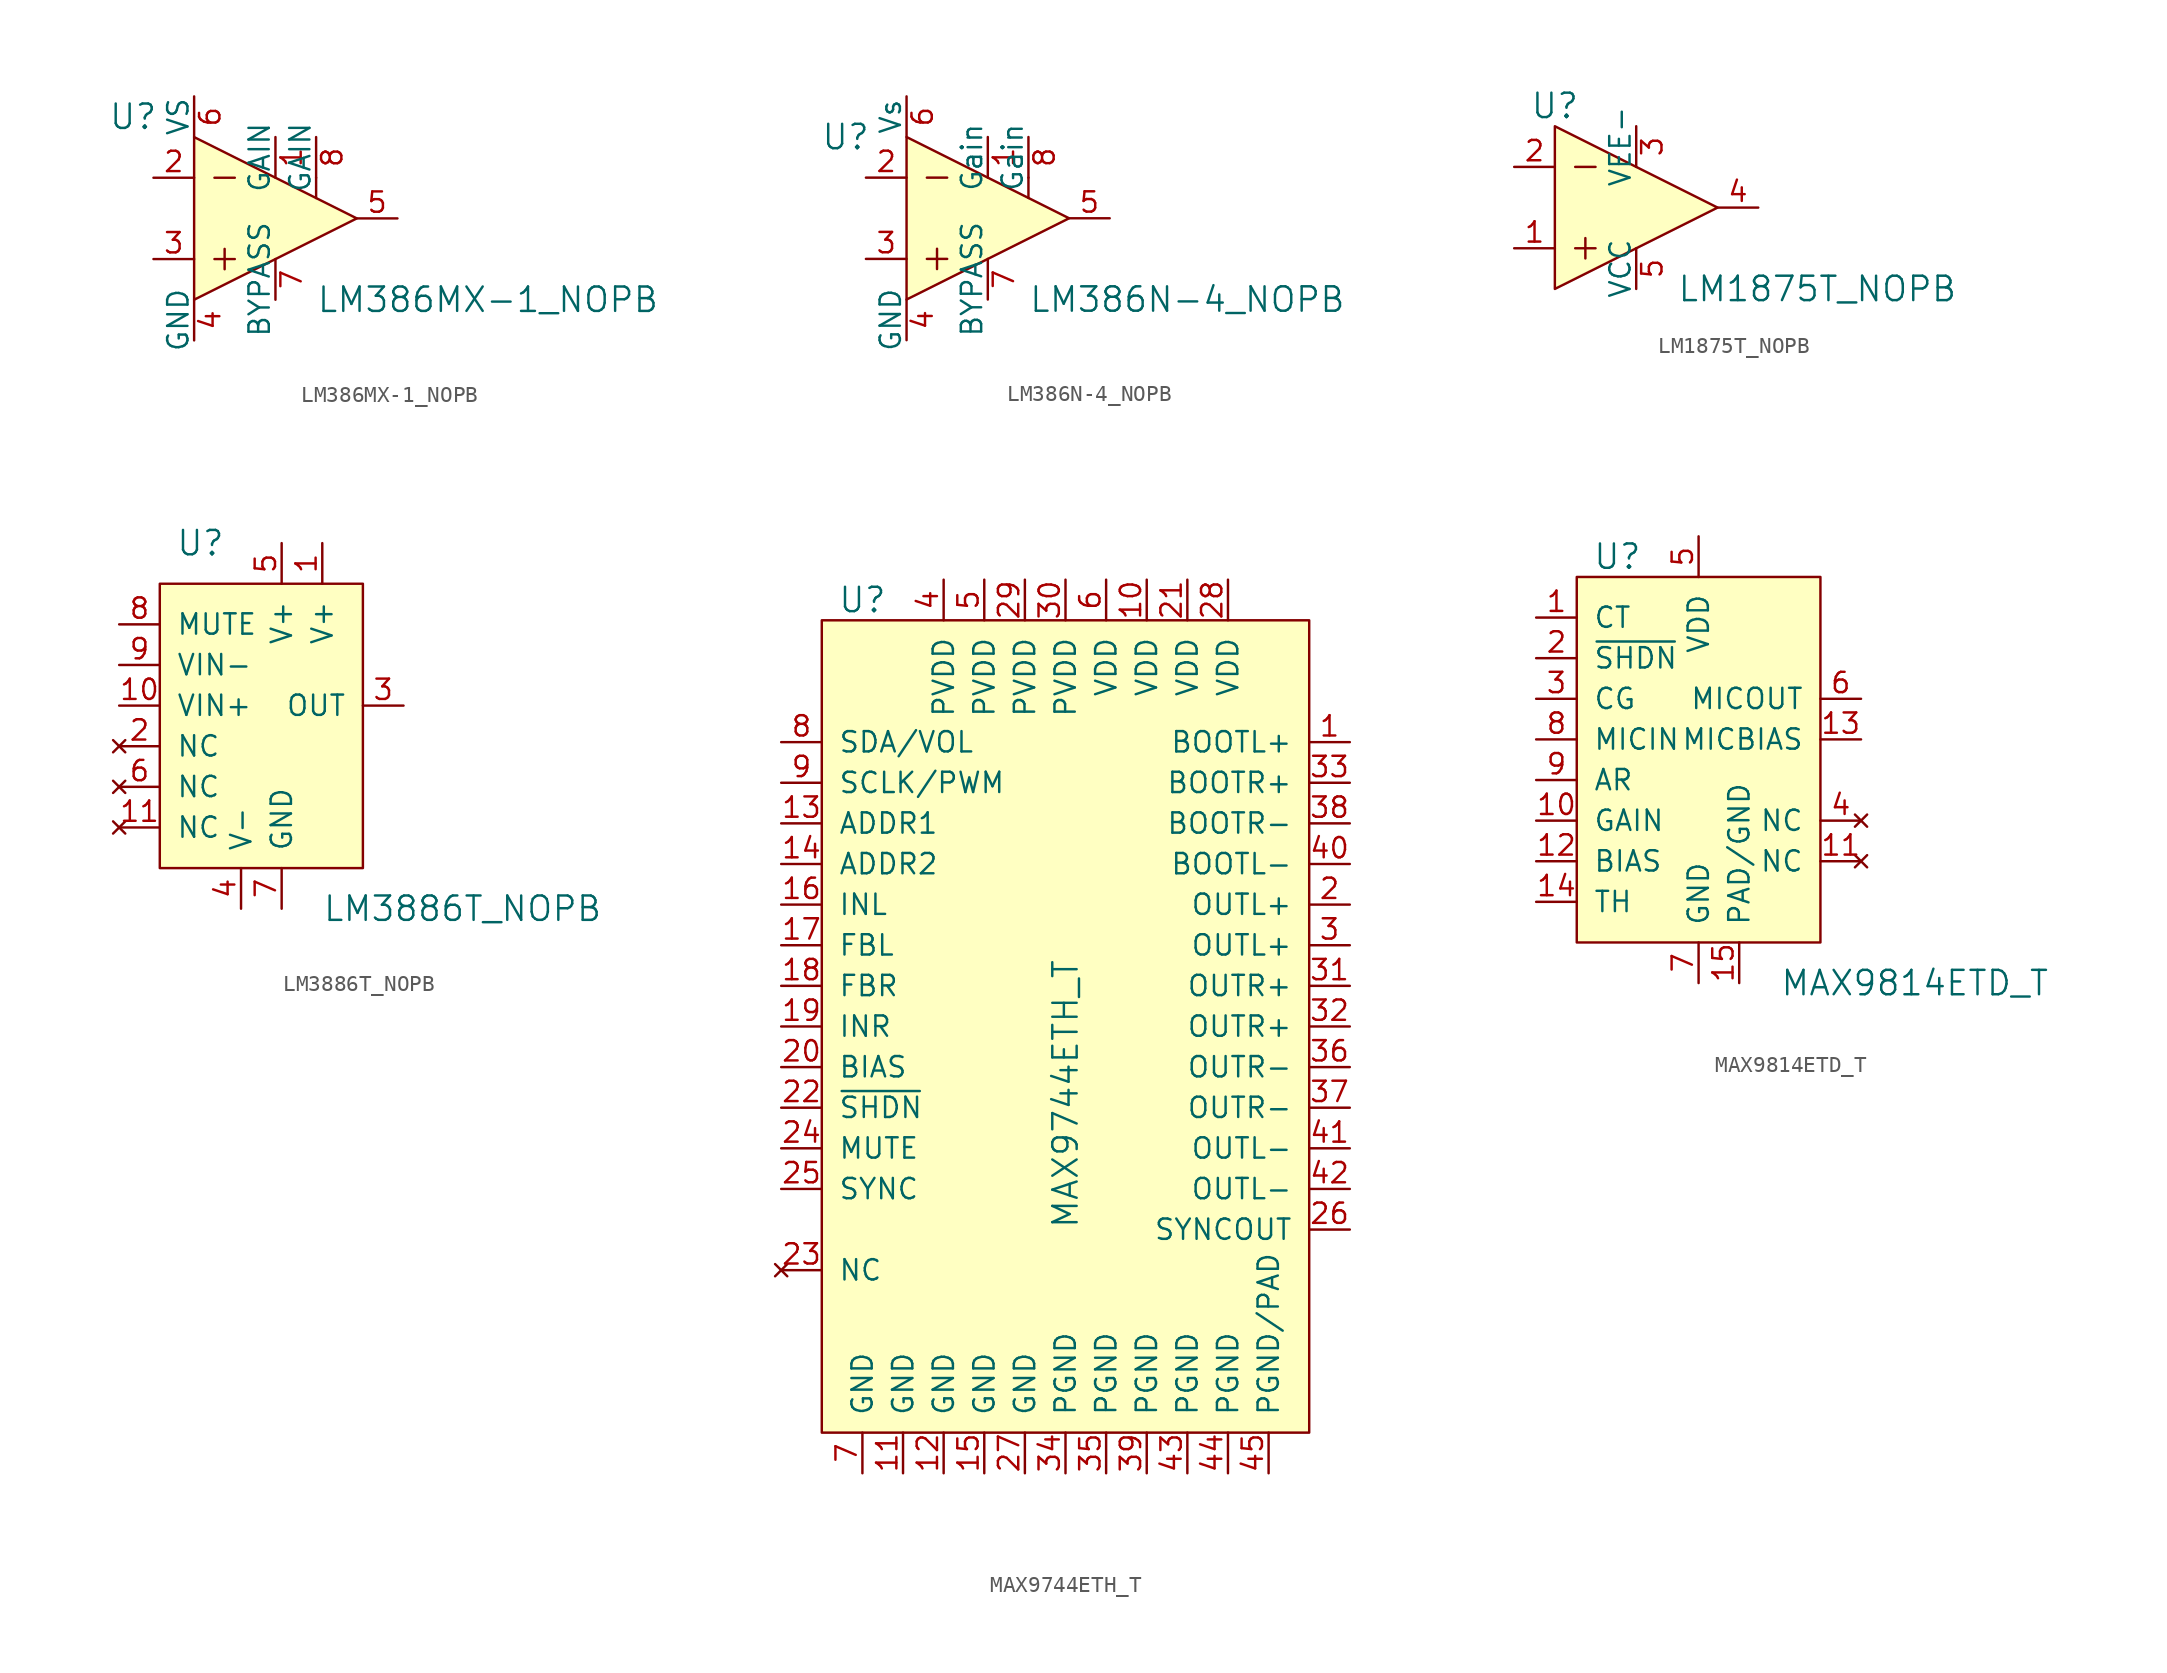
<source format=kicad_sym>
(kicad_symbol_lib
  (version 20231120)
  (generator "kicad_symbol_editor")
  (generator_version "8.0")
  (symbol "LM386MX-1_NOPB"
    (pin_names
      (offset 0))
    (property "Reference" "U"
      (at -8.89 6.35 0)
      (effects (font (size 1.524 1.524))))
    (property "Value" "LM386MX-1_NOPB"
      (at 2.54 -5.08 0)
      (effects (font (size 1.524 1.524)) (justify left)))
    (symbol "LM386MX-1_NOPB_0_1"
      (polyline (pts (xy -3.81 -2.54) (xy -2.54 -2.54)) (stroke (width 0) (type default)) (fill (type none)))
      (polyline (pts (xy -3.81 2.54) (xy -2.54 2.54)) (stroke (width 0) (type default)) (fill (type none)))
      (polyline (pts (xy -3.175 -1.905) (xy -3.175 -3.175)) (stroke (width 0) (type default)) (fill (type none)))
      (polyline (pts (xy 2.54 2.54) (xy 2.54 1.27)) (stroke (width 0) (type default)) (fill (type none)))
      (polyline (pts (xy -5.08 5.08) (xy -5.08 -5.08) (xy 5.08 0) (xy -5.08 5.08)) (stroke (width 0) (type default)) (fill (type background))))
    (symbol "LM386MX-1_NOPB_1_1"
      (pin passive line (at 0 5.08 270) (length 2.54) (name "GAIN" (effects (font (size 1.27 1.27)))) (number "1" (effects (font (size 1.27 1.27)))))
      (pin input line (at -7.62 2.54 0) (length 2.54) (name "~" (effects (font (size 1.27 1.27)))) (number "2" (effects (font (size 1.27 1.27)))))
      (pin input line (at -7.62 -2.54 0) (length 2.54) (name "~" (effects (font (size 1.27 1.27)))) (number "3" (effects (font (size 1.27 1.27)))))
      (pin power_in line (at -5.08 -7.62 90) (length 2.54) (name "GND" (effects (font (size 1.27 1.27)))) (number "4" (effects (font (size 1.27 1.27)))))
      (pin output line (at 7.62 0 180) (length 2.54) (name "~" (effects (font (size 1.27 1.27)))) (number "5" (effects (font (size 1.27 1.27)))))
      (pin power_in line (at -5.08 7.62 270) (length 2.54) (name "VS" (effects (font (size 1.27 1.27)))) (number "6" (effects (font (size 1.27 1.27)))))
      (pin output line (at 0 -5.08 90) (length 2.54) (name "BYPASS" (effects (font (size 1.27 1.27)))) (number "7" (effects (font (size 1.27 1.27)))))
      (pin passive line (at 2.54 5.08 270) (length 2.54) (name "GAIN" (effects (font (size 1.27 1.27)))) (number "8" (effects (font (size 1.27 1.27)))))))
  (symbol "LM386N-4_NOPB"
    (pin_names
      (offset 0))
    (property "Reference" "U"
      (at -8.89 5.08 0)
      (effects (font (size 1.524 1.524))))
    (property "Value" "LM386N-4_NOPB"
      (at 2.54 -5.08 0)
      (effects (font (size 1.524 1.524)) (justify left)))
    (symbol "LM386N-4_NOPB_0_1"
      (polyline (pts (xy -3.81 -2.54) (xy -2.54 -2.54)) (stroke (width 0) (type default)) (fill (type none)))
      (polyline (pts (xy -3.81 2.54) (xy -2.54 2.54)) (stroke (width 0) (type default)) (fill (type none)))
      (polyline (pts (xy -3.175 -1.905) (xy -3.175 -3.175)) (stroke (width 0) (type default)) (fill (type none)))
      (polyline (pts (xy 2.54 2.54) (xy 2.54 1.27)) (stroke (width 0) (type default)) (fill (type none)))
      (polyline (pts (xy -5.08 5.08) (xy -5.08 -5.08) (xy 5.08 0) (xy -5.08 5.08)) (stroke (width 0) (type default)) (fill (type background))))
    (symbol "LM386N-4_NOPB_1_1"
      (pin passive line (at 0 5.08 270) (length 2.54) (name "Gain" (effects (font (size 1.27 1.27)))) (number "1" (effects (font (size 1.27 1.27)))))
      (pin input line (at -7.62 2.54 0) (length 2.54) (name "~" (effects (font (size 1.27 1.27)))) (number "2" (effects (font (size 1.27 1.27)))))
      (pin input line (at -7.62 -2.54 0) (length 2.54) (name "~" (effects (font (size 1.27 1.27)))) (number "3" (effects (font (size 1.27 1.27)))))
      (pin power_in line (at -5.08 -7.62 90) (length 2.54) (name "GND" (effects (font (size 1.27 1.27)))) (number "4" (effects (font (size 1.27 1.27)))))
      (pin output line (at 7.62 0 180) (length 2.54) (name "~" (effects (font (size 1.27 1.27)))) (number "5" (effects (font (size 1.27 1.27)))))
      (pin power_in line (at -5.08 7.62 270) (length 2.54) (name "Vs" (effects (font (size 1.27 1.27)))) (number "6" (effects (font (size 1.27 1.27)))))
      (pin output line (at 0 -5.08 90) (length 2.54) (name "BYPASS" (effects (font (size 1.27 1.27)))) (number "7" (effects (font (size 1.27 1.27)))))
      (pin passive line (at 2.54 5.08 270) (length 2.54) (name "Gain" (effects (font (size 1.27 1.27)))) (number "8" (effects (font (size 1.27 1.27)))))))
  (symbol "LM1875T_NOPB"
    (pin_names
      (offset 0))
    (property "Reference" "U"
      (at -5.08 6.35 0)
      (effects (font (size 1.524 1.524))))
    (property "Value" "LM1875T_NOPB"
      (at 2.54 -5.08 0)
      (effects (font (size 1.524 1.524)) (justify left)))
    (symbol "LM1875T_NOPB_0_1"
      (polyline (pts (xy -3.81 -2.54) (xy -2.54 -2.54)) (stroke (width 0) (type default)) (fill (type none)))
      (polyline (pts (xy -3.81 2.54) (xy -2.54 2.54)) (stroke (width 0) (type default)) (fill (type none)))
      (polyline (pts (xy -3.175 -1.905) (xy -3.175 -3.175)) (stroke (width 0) (type default)) (fill (type none)))
      (polyline (pts (xy 5.08 0) (xy -5.08 5.08) (xy -5.08 -5.08) (xy 5.08 0)) (stroke (width 0) (type default)) (fill (type background))))
    (symbol "LM1875T_NOPB_1_1"
      (pin input line (at -7.62 -2.54 0) (length 2.54) (name "~" (effects (font (size 1.27 1.27)))) (number "1" (effects (font (size 1.27 1.27)))))
      (pin input line (at -7.62 2.54 0) (length 2.54) (name "~" (effects (font (size 1.27 1.27)))) (number "2" (effects (font (size 1.27 1.27)))))
      (pin power_in line (at 0 5.08 270) (length 2.54) (name "VEE-" (effects (font (size 1.27 1.27)))) (number "3" (effects (font (size 1.27 1.27)))))
      (pin output line (at 7.62 0 180) (length 2.54) (name "~" (effects (font (size 1.27 1.27)))) (number "4" (effects (font (size 1.27 1.27)))))
      (pin power_in line (at 0 -5.08 90) (length 2.54) (name "VCC" (effects (font (size 1.27 1.27)))) (number "5" (effects (font (size 1.27 1.27)))))))
  (symbol "LM3886T_NOPB"
    (pin_names
      (offset 1.016))
    (property "Reference" "U"
      (at -5.08 5.08 0)
      (effects (font (size 1.524 1.524))))
    (property "Value" "LM3886T_NOPB"
      (at 2.54 -17.78 0)
      (effects (font (size 1.524 1.524)) (justify left)))
    (symbol "LM3886T_NOPB_0_1"
      (rectangle (start -7.62 2.54) (end 5.08 -15.24) (stroke (width 0) (type default)) (fill (type background))))
    (symbol "LM3886T_NOPB_1_1"
      (pin power_in line (at 2.54 5.08 270) (length 2.54) (name "V+" (effects (font (size 1.27 1.27)))) (number "1" (effects (font (size 1.27 1.27)))))
      (pin input line (at -10.16 -5.08 0) (length 2.54) (name "VIN+" (effects (font (size 1.27 1.27)))) (number "10" (effects (font (size 1.27 1.27)))))
      (pin no_connect line (at -10.16 -12.7 0) (length 2.54) (name "NC" (effects (font (size 1.27 1.27)))) (number "11" (effects (font (size 1.27 1.27)))))
      (pin no_connect line (at -10.16 -7.62 0) (length 2.54) (name "NC" (effects (font (size 1.27 1.27)))) (number "2" (effects (font (size 1.27 1.27)))))
      (pin output line (at 7.62 -5.08 180) (length 2.54) (name "OUT" (effects (font (size 1.27 1.27)))) (number "3" (effects (font (size 1.27 1.27)))))
      (pin power_in line (at -2.54 -17.78 90) (length 2.54) (name "V-" (effects (font (size 1.27 1.27)))) (number "4" (effects (font (size 1.27 1.27)))))
      (pin power_in line (at 0 5.08 270) (length 2.54) (name "V+" (effects (font (size 1.27 1.27)))) (number "5" (effects (font (size 1.27 1.27)))))
      (pin no_connect line (at -10.16 -10.16 0) (length 2.54) (name "NC" (effects (font (size 1.27 1.27)))) (number "6" (effects (font (size 1.27 1.27)))))
      (pin power_in line (at 0 -17.78 90) (length 2.54) (name "GND" (effects (font (size 1.27 1.27)))) (number "7" (effects (font (size 1.27 1.27)))))
      (pin input line (at -10.16 0 0) (length 2.54) (name "MUTE" (effects (font (size 1.27 1.27)))) (number "8" (effects (font (size 1.27 1.27)))))
      (pin input line (at -10.16 -2.54 0) (length 2.54) (name "VIN-" (effects (font (size 1.27 1.27)))) (number "9" (effects (font (size 1.27 1.27)))))))
  (symbol "MAX9744ETH_T"
    (pin_names
      (offset 1.016))
    (property "Reference" "U"
      (at -15.24 24.13 0)
      (effects (font (size 1.524 1.524))))
    (property "Value" "MAX9744ETH_T"
      (at -2.54 -15.24 90)
      (effects (font (size 1.524 1.524)) (justify left)))
    (symbol "MAX9744ETH_T_0_1"
      (rectangle (start -17.78 22.86) (end 12.7 -27.94) (stroke (width 0) (type default)) (fill (type background))))
    (symbol "MAX9744ETH_T_1_1"
      (pin output line (at 15.24 15.24 180) (length 2.54) (name "BOOTL+" (effects (font (size 1.27 1.27)))) (number "1" (effects (font (size 1.27 1.27)))))
      (pin power_in line (at 2.54 25.4 270) (length 2.54) (name "VDD" (effects (font (size 1.27 1.27)))) (number "10" (effects (font (size 1.27 1.27)))))
      (pin power_in line (at -12.7 -30.48 90) (length 2.54) (name "GND" (effects (font (size 1.27 1.27)))) (number "11" (effects (font (size 1.27 1.27)))))
      (pin power_in line (at -10.16 -30.48 90) (length 2.54) (name "GND" (effects (font (size 1.27 1.27)))) (number "12" (effects (font (size 1.27 1.27)))))
      (pin input line (at -20.32 10.16 0) (length 2.54) (name "ADDR1" (effects (font (size 1.27 1.27)))) (number "13" (effects (font (size 1.27 1.27)))))
      (pin input line (at -20.32 7.62 0) (length 2.54) (name "ADDR2" (effects (font (size 1.27 1.27)))) (number "14" (effects (font (size 1.27 1.27)))))
      (pin power_in line (at -7.62 -30.48 90) (length 2.54) (name "GND" (effects (font (size 1.27 1.27)))) (number "15" (effects (font (size 1.27 1.27)))))
      (pin input line (at -20.32 5.08 0) (length 2.54) (name "INL" (effects (font (size 1.27 1.27)))) (number "16" (effects (font (size 1.27 1.27)))))
      (pin passive line (at -20.32 2.54 0) (length 2.54) (name "FBL" (effects (font (size 1.27 1.27)))) (number "17" (effects (font (size 1.27 1.27)))))
      (pin passive line (at -20.32 0 0) (length 2.54) (name "FBR" (effects (font (size 1.27 1.27)))) (number "18" (effects (font (size 1.27 1.27)))))
      (pin input line (at -20.32 -2.54 0) (length 2.54) (name "INR" (effects (font (size 1.27 1.27)))) (number "19" (effects (font (size 1.27 1.27)))))
      (pin output line (at 15.24 5.08 180) (length 2.54) (name "OUTL+" (effects (font (size 1.27 1.27)))) (number "2" (effects (font (size 1.27 1.27)))))
      (pin passive line (at -20.32 -5.08 0) (length 2.54) (name "BIAS" (effects (font (size 1.27 1.27)))) (number "20" (effects (font (size 1.27 1.27)))))
      (pin power_in line (at 5.08 25.4 270) (length 2.54) (name "VDD" (effects (font (size 1.27 1.27)))) (number "21" (effects (font (size 1.27 1.27)))))
      (pin input line (at -20.32 -7.62 0) (length 2.54) (name "~{SHDN}" (effects (font (size 1.27 1.27)))) (number "22" (effects (font (size 1.27 1.27)))))
      (pin no_connect line (at -20.32 -17.78 0) (length 2.54) (name "NC" (effects (font (size 1.27 1.27)))) (number "23" (effects (font (size 1.27 1.27)))))
      (pin input line (at -20.32 -10.16 0) (length 2.54) (name "MUTE" (effects (font (size 1.27 1.27)))) (number "24" (effects (font (size 1.27 1.27)))))
      (pin input line (at -20.32 -12.7 0) (length 2.54) (name "SYNC" (effects (font (size 1.27 1.27)))) (number "25" (effects (font (size 1.27 1.27)))))
      (pin output line (at 15.24 -15.24 180) (length 2.54) (name "SYNCOUT" (effects (font (size 1.27 1.27)))) (number "26" (effects (font (size 1.27 1.27)))))
      (pin power_in line (at -5.08 -30.48 90) (length 2.54) (name "GND" (effects (font (size 1.27 1.27)))) (number "27" (effects (font (size 1.27 1.27)))))
      (pin power_in line (at 7.62 25.4 270) (length 2.54) (name "VDD" (effects (font (size 1.27 1.27)))) (number "28" (effects (font (size 1.27 1.27)))))
      (pin power_in line (at -5.08 25.4 270) (length 2.54) (name "PVDD" (effects (font (size 1.27 1.27)))) (number "29" (effects (font (size 1.27 1.27)))))
      (pin output line (at 15.24 2.54 180) (length 2.54) (name "OUTL+" (effects (font (size 1.27 1.27)))) (number "3" (effects (font (size 1.27 1.27)))))
      (pin power_in line (at -2.54 25.4 270) (length 2.54) (name "PVDD" (effects (font (size 1.27 1.27)))) (number "30" (effects (font (size 1.27 1.27)))))
      (pin output line (at 15.24 0 180) (length 2.54) (name "OUTR+" (effects (font (size 1.27 1.27)))) (number "31" (effects (font (size 1.27 1.27)))))
      (pin output line (at 15.24 -2.54 180) (length 2.54) (name "OUTR+" (effects (font (size 1.27 1.27)))) (number "32" (effects (font (size 1.27 1.27)))))
      (pin output line (at 15.24 12.7 180) (length 2.54) (name "BOOTR+" (effects (font (size 1.27 1.27)))) (number "33" (effects (font (size 1.27 1.27)))))
      (pin power_in line (at -2.54 -30.48 90) (length 2.54) (name "PGND" (effects (font (size 1.27 1.27)))) (number "34" (effects (font (size 1.27 1.27)))))
      (pin power_in line (at 0 -30.48 90) (length 2.54) (name "PGND" (effects (font (size 1.27 1.27)))) (number "35" (effects (font (size 1.27 1.27)))))
      (pin output line (at 15.24 -5.08 180) (length 2.54) (name "OUTR-" (effects (font (size 1.27 1.27)))) (number "36" (effects (font (size 1.27 1.27)))))
      (pin output line (at 15.24 -7.62 180) (length 2.54) (name "OUTR-" (effects (font (size 1.27 1.27)))) (number "37" (effects (font (size 1.27 1.27)))))
      (pin output line (at 15.24 10.16 180) (length 2.54) (name "BOOTR-" (effects (font (size 1.27 1.27)))) (number "38" (effects (font (size 1.27 1.27)))))
      (pin power_in line (at 2.54 -30.48 90) (length 2.54) (name "PGND" (effects (font (size 1.27 1.27)))) (number "39" (effects (font (size 1.27 1.27)))))
      (pin power_in line (at -10.16 25.4 270) (length 2.54) (name "PVDD" (effects (font (size 1.27 1.27)))) (number "4" (effects (font (size 1.27 1.27)))))
      (pin output line (at 15.24 7.62 180) (length 2.54) (name "BOOTL-" (effects (font (size 1.27 1.27)))) (number "40" (effects (font (size 1.27 1.27)))))
      (pin output line (at 15.24 -10.16 180) (length 2.54) (name "OUTL-" (effects (font (size 1.27 1.27)))) (number "41" (effects (font (size 1.27 1.27)))))
      (pin output line (at 15.24 -12.7 180) (length 2.54) (name "OUTL-" (effects (font (size 1.27 1.27)))) (number "42" (effects (font (size 1.27 1.27)))))
      (pin power_in line (at 5.08 -30.48 90) (length 2.54) (name "PGND" (effects (font (size 1.27 1.27)))) (number "43" (effects (font (size 1.27 1.27)))))
      (pin power_in line (at 7.62 -30.48 90) (length 2.54) (name "PGND" (effects (font (size 1.27 1.27)))) (number "44" (effects (font (size 1.27 1.27)))))
      (pin power_in line (at 10.16 -30.48 90) (length 2.54) (name "PGND/PAD" (effects (font (size 1.27 1.27)))) (number "45" (effects (font (size 1.27 1.27)))))
      (pin power_in line (at -7.62 25.4 270) (length 2.54) (name "PVDD" (effects (font (size 1.27 1.27)))) (number "5" (effects (font (size 1.27 1.27)))))
      (pin power_in line (at 0 25.4 270) (length 2.54) (name "VDD" (effects (font (size 1.27 1.27)))) (number "6" (effects (font (size 1.27 1.27)))))
      (pin power_in line (at -15.24 -30.48 90) (length 2.54) (name "GND" (effects (font (size 1.27 1.27)))) (number "7" (effects (font (size 1.27 1.27)))))
      (pin bidirectional line (at -20.32 15.24 0) (length 2.54) (name "SDA/VOL" (effects (font (size 1.27 1.27)))) (number "8" (effects (font (size 1.27 1.27)))))
      (pin input line (at -20.32 12.7 0) (length 2.54) (name "SCLK/PWM" (effects (font (size 1.27 1.27)))) (number "9" (effects (font (size 1.27 1.27)))))))
  (symbol "MAX9814ETD_T"
    (pin_names
      (offset 1.016))
    (property "Reference" "U"
      (at -7.62 3.81 0)
      (effects (font (size 1.524 1.524))))
    (property "Value" "MAX9814ETD_T"
      (at 2.54 -22.86 0)
      (effects (font (size 1.524 1.524)) (justify left)))
    (symbol "MAX9814ETD_T_0_1"
      (rectangle (start -10.16 2.54) (end 5.08 -20.32) (stroke (width 0) (type default)) (fill (type background))))
    (symbol "MAX9814ETD_T_1_1"
      (pin passive line (at -12.7 0 0) (length 2.54) (name "CT" (effects (font (size 1.27 1.27)))) (number "1" (effects (font (size 1.27 1.27)))))
      (pin input line (at -12.7 -12.7 0) (length 2.54) (name "GAIN" (effects (font (size 1.27 1.27)))) (number "10" (effects (font (size 1.27 1.27)))))
      (pin no_connect line (at 7.62 -15.24 180) (length 2.54) (name "NC" (effects (font (size 1.27 1.27)))) (number "11" (effects (font (size 1.27 1.27)))))
      (pin input line (at -12.7 -15.24 0) (length 2.54) (name "BIAS" (effects (font (size 1.27 1.27)))) (number "12" (effects (font (size 1.27 1.27)))))
      (pin output line (at 7.62 -7.62 180) (length 2.54) (name "MICBIAS" (effects (font (size 1.27 1.27)))) (number "13" (effects (font (size 1.27 1.27)))))
      (pin input line (at -12.7 -17.78 0) (length 2.54) (name "TH" (effects (font (size 1.27 1.27)))) (number "14" (effects (font (size 1.27 1.27)))))
      (pin power_in line (at 0 -22.86 90) (length 2.54) (name "PAD/GND" (effects (font (size 1.27 1.27)))) (number "15" (effects (font (size 1.27 1.27)))))
      (pin input line (at -12.7 -2.54 0) (length 2.54) (name "~{SHDN}" (effects (font (size 1.27 1.27)))) (number "2" (effects (font (size 1.27 1.27)))))
      (pin input line (at -12.7 -5.08 0) (length 2.54) (name "CG" (effects (font (size 1.27 1.27)))) (number "3" (effects (font (size 1.27 1.27)))))
      (pin no_connect line (at 7.62 -12.7 180) (length 2.54) (name "NC" (effects (font (size 1.27 1.27)))) (number "4" (effects (font (size 1.27 1.27)))))
      (pin power_in line (at -2.54 5.08 270) (length 2.54) (name "VDD" (effects (font (size 1.27 1.27)))) (number "5" (effects (font (size 1.27 1.27)))))
      (pin output line (at 7.62 -5.08 180) (length 2.54) (name "MICOUT" (effects (font (size 1.27 1.27)))) (number "6" (effects (font (size 1.27 1.27)))))
      (pin power_in line (at -2.54 -22.86 90) (length 2.54) (name "GND" (effects (font (size 1.27 1.27)))) (number "7" (effects (font (size 1.27 1.27)))))
      (pin input line (at -12.7 -7.62 0) (length 2.54) (name "MICIN" (effects (font (size 1.27 1.27)))) (number "8" (effects (font (size 1.27 1.27)))))
      (pin input line (at -12.7 -10.16 0) (length 2.54) (name "AR" (effects (font (size 1.27 1.27)))) (number "9" (effects (font (size 1.27 1.27))))))))
</source>
